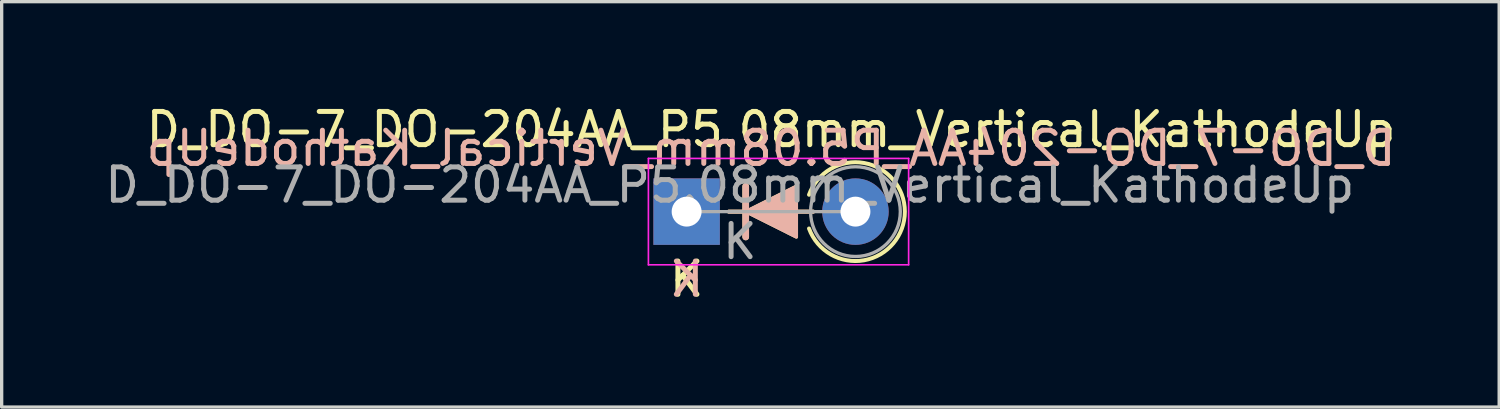
<source format=kicad_pcb>
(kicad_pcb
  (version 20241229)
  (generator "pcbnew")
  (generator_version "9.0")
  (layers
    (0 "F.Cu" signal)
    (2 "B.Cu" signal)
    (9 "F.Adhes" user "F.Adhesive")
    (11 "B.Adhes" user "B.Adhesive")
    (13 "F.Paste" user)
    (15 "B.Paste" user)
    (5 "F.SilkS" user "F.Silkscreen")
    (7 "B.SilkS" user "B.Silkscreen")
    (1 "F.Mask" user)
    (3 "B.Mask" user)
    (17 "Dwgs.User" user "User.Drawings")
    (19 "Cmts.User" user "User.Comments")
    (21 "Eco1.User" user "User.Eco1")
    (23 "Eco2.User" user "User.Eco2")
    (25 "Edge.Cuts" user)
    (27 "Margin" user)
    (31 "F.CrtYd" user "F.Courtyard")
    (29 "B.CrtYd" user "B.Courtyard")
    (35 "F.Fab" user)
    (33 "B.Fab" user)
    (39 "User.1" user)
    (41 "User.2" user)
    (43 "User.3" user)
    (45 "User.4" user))
  (footprint "D_DO-7_DO-204AA_P5.08mm_Vertical_KathodeUp"
    (layer "F.Cu")
    (at 17.611 3.318)
    (property "Reference" "D_DO-7_DO-204AA_P5.08mm_Vertical_KathodeUp" (at 2.54 -2.47 0) (layer "F.SilkS") (effects (font (size 1 1) (thickness 0.15))))
    (attr through_hole)
    (fp_line (start 1.27 0) (end 3.81 0) (stroke (width 0.12) (type solid)) (layer "F.SilkS"))
    (fp_line (start 1.778 -0.762) (end 1.778 0.762) (stroke (width 0.2) (type solid)) (layer "F.SilkS"))
    (fp_arc (start 3.683 -0.507999) (mid 6.566495 0.000001) (end 3.683 0.508) (stroke (width 0.12) (type solid)) (layer "F.SilkS"))
    (fp_poly (pts (xy 3.302 0.762) (xy 1.778 0) (xy 3.302 -0.762)) (stroke (width 0.1) (type solid)) (fill yes) (layer "F.SilkS"))
    (fp_line (start 1.27 0) (end 3.81 0) (stroke (width 0.12) (type solid)) (layer "B.SilkS"))
    (fp_line (start 1.778 0.762) (end 1.778 -0.762) (stroke (width 0.2) (type solid)) (layer "B.SilkS"))
    (fp_poly (pts (xy 3.302 -0.762) (xy 1.778 0) (xy 3.302 0.762)) (stroke (width 0.1) (type solid)) (fill yes) (layer "B.SilkS"))
    (fp_line (start -1.15 -1.6) (end -1.15 1.6) (stroke (width 0.05) (type solid)) (layer "F.CrtYd"))
    (fp_line (start -1.15 1.6) (end 6.68 1.6) (stroke (width 0.05) (type solid)) (layer "F.CrtYd"))
    (fp_line (start 6.68 -1.6) (end -1.15 -1.6) (stroke (width 0.05) (type solid)) (layer "F.CrtYd"))
    (fp_line (start 6.68 1.6) (end 6.68 -1.6) (stroke (width 0.05) (type solid)) (layer "F.CrtYd"))
    (fp_line (start 0 0) (end 5.08 0) (stroke (width 0.1) (type solid)) (layer "F.Fab"))
    (fp_circle (center 5.08 0) (end 6.43 0) (stroke (width 0.1) (type solid)) (fill no) (layer "F.Fab"))
    (fp_text user "K" (at 0 2.032 0) (layer "F.SilkS") (effects (font (size 1 1) (thickness 0.15))))
    (fp_text user "K" (at 0 2.032 0) (layer "B.SilkS") (effects (font (size 1 1) (thickness 0.15)) (justify mirror)))
    (fp_text user "${REFERENCE}" (at 2.54 -1.905 0) (layer "B.SilkS") (effects (font (size 1 1) (thickness 0.15)) (justify mirror)))
    (fp_text user "${REFERENCE}" (at 1.3 -0.8 0) (layer "F.Fab") (effects (font (size 1 1) (thickness 0.15))))
    (fp_text user "K" (at 1.6 0.9 0) (layer "F.Fab") (effects (font (size 1 1) (thickness 0.15))))
    (pad "1" thru_hole rect (at 0 0) (size 2 2) (drill 0.9) (layers "*.Cu" "*.Mask"))
    (pad "2" thru_hole oval (at 5.08 0) (size 2 2) (drill 0.9) (layers "*.Cu" "*.Mask")))
  (gr_rect
    (start -3 -3)
    (end 42.061 9.198)
    (stroke (width 0.1) (type default))
    (fill no)
    (layer "Edge.Cuts")))
</source>
